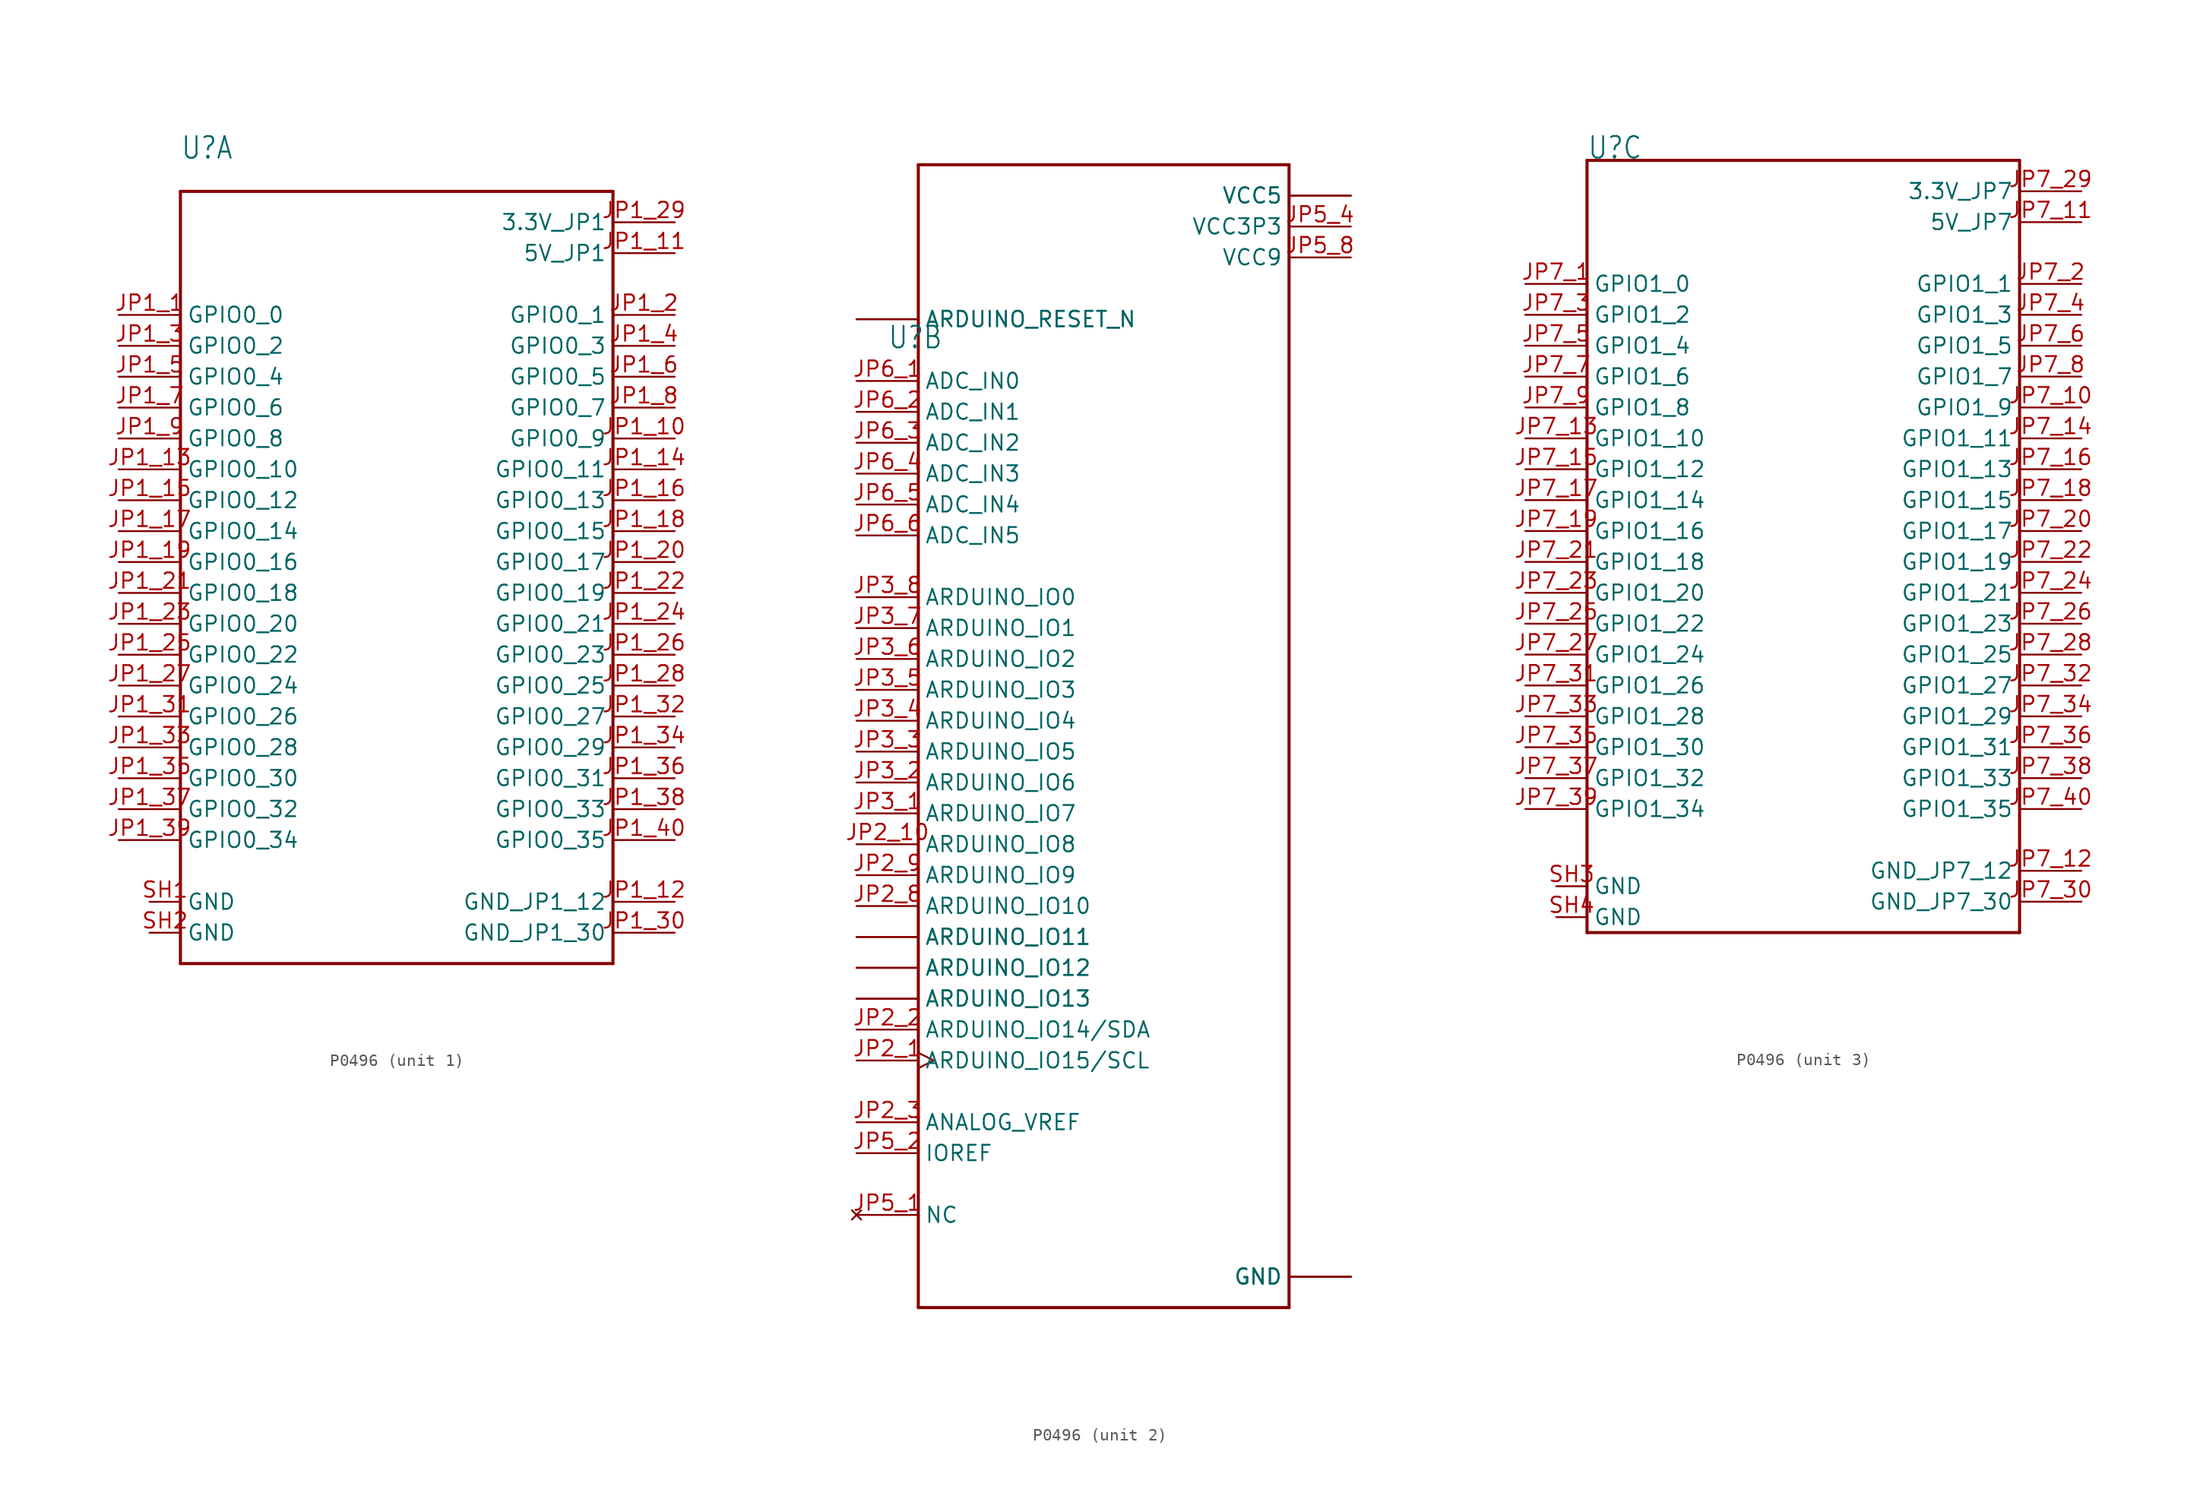
<source format=kicad_sym>
(kicad_symbol_lib
  (version 20231120)
  (generator "kicad_symbol_editor")
  (generator_version "8.0")
  (symbol "P0496"
    (property "Reference" "U"
      (at -17.78 33.02 0)
      (effects (font (size 1.778 1.511)) (justify left bottom)))
    (property "Value" ""
      (at -17.78 -33.02 0)
      (effects (font (size 1.778 1.511)) (justify left bottom)))
    (property "ki_locked" ""
      (at 0 0 0)
      (effects (font (size 1.27 1.27))))
    (symbol "P0496_1_0"
      (polyline (pts (xy -17.78 -33.02) (xy -17.78 30.48)) (stroke (width 0.254) (type solid)) (fill (type none)))
      (polyline (pts (xy -17.78 30.48) (xy 17.78 30.48)) (stroke (width 0.254) (type solid)) (fill (type none)))
      (polyline (pts (xy 17.78 -33.02) (xy -17.78 -33.02)) (stroke (width 0.254) (type solid)) (fill (type none)))
      (polyline (pts (xy 17.78 30.48) (xy 17.78 -33.02)) (stroke (width 0.254) (type solid)) (fill (type none)))
      (pin bidirectional line (at -22.86 20.32 0) (length 5.08) (name "GPIO0_0" (effects (font (size 1.27 1.27)))) (number "JP1_1" (effects (font (size 1.27 1.27)))))
      (pin bidirectional line (at 22.86 10.16 180) (length 5.08) (name "GPIO0_9" (effects (font (size 1.27 1.27)))) (number "JP1_10" (effects (font (size 1.27 1.27)))))
      (pin power_in line (at 22.86 25.4 180) (length 5.08) (name "5V_JP1" (effects (font (size 1.27 1.27)))) (number "JP1_11" (effects (font (size 1.27 1.27)))))
      (pin power_in line (at 22.86 -27.94 180) (length 5.08) (name "GND_JP1_12" (effects (font (size 1.27 1.27)))) (number "JP1_12" (effects (font (size 1.27 1.27)))))
      (pin bidirectional line (at -22.86 7.62 0) (length 5.08) (name "GPIO0_10" (effects (font (size 1.27 1.27)))) (number "JP1_13" (effects (font (size 1.27 1.27)))))
      (pin bidirectional line (at 22.86 7.62 180) (length 5.08) (name "GPIO0_11" (effects (font (size 1.27 1.27)))) (number "JP1_14" (effects (font (size 1.27 1.27)))))
      (pin bidirectional line (at -22.86 5.08 0) (length 5.08) (name "GPIO0_12" (effects (font (size 1.27 1.27)))) (number "JP1_15" (effects (font (size 1.27 1.27)))))
      (pin bidirectional line (at 22.86 5.08 180) (length 5.08) (name "GPIO0_13" (effects (font (size 1.27 1.27)))) (number "JP1_16" (effects (font (size 1.27 1.27)))))
      (pin bidirectional line (at -22.86 2.54 0) (length 5.08) (name "GPIO0_14" (effects (font (size 1.27 1.27)))) (number "JP1_17" (effects (font (size 1.27 1.27)))))
      (pin bidirectional line (at 22.86 2.54 180) (length 5.08) (name "GPIO0_15" (effects (font (size 1.27 1.27)))) (number "JP1_18" (effects (font (size 1.27 1.27)))))
      (pin bidirectional line (at -22.86 0 0) (length 5.08) (name "GPIO0_16" (effects (font (size 1.27 1.27)))) (number "JP1_19" (effects (font (size 1.27 1.27)))))
      (pin bidirectional line (at 22.86 20.32 180) (length 5.08) (name "GPIO0_1" (effects (font (size 1.27 1.27)))) (number "JP1_2" (effects (font (size 1.27 1.27)))))
      (pin bidirectional line (at 22.86 0 180) (length 5.08) (name "GPIO0_17" (effects (font (size 1.27 1.27)))) (number "JP1_20" (effects (font (size 1.27 1.27)))))
      (pin bidirectional line (at -22.86 -2.54 0) (length 5.08) (name "GPIO0_18" (effects (font (size 1.27 1.27)))) (number "JP1_21" (effects (font (size 1.27 1.27)))))
      (pin bidirectional line (at 22.86 -2.54 180) (length 5.08) (name "GPIO0_19" (effects (font (size 1.27 1.27)))) (number "JP1_22" (effects (font (size 1.27 1.27)))))
      (pin bidirectional line (at -22.86 -5.08 0) (length 5.08) (name "GPIO0_20" (effects (font (size 1.27 1.27)))) (number "JP1_23" (effects (font (size 1.27 1.27)))))
      (pin bidirectional line (at 22.86 -5.08 180) (length 5.08) (name "GPIO0_21" (effects (font (size 1.27 1.27)))) (number "JP1_24" (effects (font (size 1.27 1.27)))))
      (pin bidirectional line (at -22.86 -7.62 0) (length 5.08) (name "GPIO0_22" (effects (font (size 1.27 1.27)))) (number "JP1_25" (effects (font (size 1.27 1.27)))))
      (pin bidirectional line (at 22.86 -7.62 180) (length 5.08) (name "GPIO0_23" (effects (font (size 1.27 1.27)))) (number "JP1_26" (effects (font (size 1.27 1.27)))))
      (pin bidirectional line (at -22.86 -10.16 0) (length 5.08) (name "GPIO0_24" (effects (font (size 1.27 1.27)))) (number "JP1_27" (effects (font (size 1.27 1.27)))))
      (pin bidirectional line (at 22.86 -10.16 180) (length 5.08) (name "GPIO0_25" (effects (font (size 1.27 1.27)))) (number "JP1_28" (effects (font (size 1.27 1.27)))))
      (pin power_in line (at 22.86 27.94 180) (length 5.08) (name "3.3V_JP1" (effects (font (size 1.27 1.27)))) (number "JP1_29" (effects (font (size 1.27 1.27)))))
      (pin bidirectional line (at -22.86 17.78 0) (length 5.08) (name "GPIO0_2" (effects (font (size 1.27 1.27)))) (number "JP1_3" (effects (font (size 1.27 1.27)))))
      (pin power_in line (at 22.86 -30.48 180) (length 5.08) (name "GND_JP1_30" (effects (font (size 1.27 1.27)))) (number "JP1_30" (effects (font (size 1.27 1.27)))))
      (pin bidirectional line (at -22.86 -12.7 0) (length 5.08) (name "GPIO0_26" (effects (font (size 1.27 1.27)))) (number "JP1_31" (effects (font (size 1.27 1.27)))))
      (pin bidirectional line (at 22.86 -12.7 180) (length 5.08) (name "GPIO0_27" (effects (font (size 1.27 1.27)))) (number "JP1_32" (effects (font (size 1.27 1.27)))))
      (pin bidirectional line (at -22.86 -15.24 0) (length 5.08) (name "GPIO0_28" (effects (font (size 1.27 1.27)))) (number "JP1_33" (effects (font (size 1.27 1.27)))))
      (pin bidirectional line (at 22.86 -15.24 180) (length 5.08) (name "GPIO0_29" (effects (font (size 1.27 1.27)))) (number "JP1_34" (effects (font (size 1.27 1.27)))))
      (pin bidirectional line (at -22.86 -17.78 0) (length 5.08) (name "GPIO0_30" (effects (font (size 1.27 1.27)))) (number "JP1_35" (effects (font (size 1.27 1.27)))))
      (pin bidirectional line (at 22.86 -17.78 180) (length 5.08) (name "GPIO0_31" (effects (font (size 1.27 1.27)))) (number "JP1_36" (effects (font (size 1.27 1.27)))))
      (pin bidirectional line (at -22.86 -20.32 0) (length 5.08) (name "GPIO0_32" (effects (font (size 1.27 1.27)))) (number "JP1_37" (effects (font (size 1.27 1.27)))))
      (pin bidirectional line (at 22.86 -20.32 180) (length 5.08) (name "GPIO0_33" (effects (font (size 1.27 1.27)))) (number "JP1_38" (effects (font (size 1.27 1.27)))))
      (pin bidirectional line (at -22.86 -22.86 0) (length 5.08) (name "GPIO0_34" (effects (font (size 1.27 1.27)))) (number "JP1_39" (effects (font (size 1.27 1.27)))))
      (pin bidirectional line (at 22.86 17.78 180) (length 5.08) (name "GPIO0_3" (effects (font (size 1.27 1.27)))) (number "JP1_4" (effects (font (size 1.27 1.27)))))
      (pin bidirectional line (at 22.86 -22.86 180) (length 5.08) (name "GPIO0_35" (effects (font (size 1.27 1.27)))) (number "JP1_40" (effects (font (size 1.27 1.27)))))
      (pin bidirectional line (at -22.86 15.24 0) (length 5.08) (name "GPIO0_4" (effects (font (size 1.27 1.27)))) (number "JP1_5" (effects (font (size 1.27 1.27)))))
      (pin bidirectional line (at 22.86 15.24 180) (length 5.08) (name "GPIO0_5" (effects (font (size 1.27 1.27)))) (number "JP1_6" (effects (font (size 1.27 1.27)))))
      (pin bidirectional line (at -22.86 12.7 0) (length 5.08) (name "GPIO0_6" (effects (font (size 1.27 1.27)))) (number "JP1_7" (effects (font (size 1.27 1.27)))))
      (pin bidirectional line (at 22.86 12.7 180) (length 5.08) (name "GPIO0_7" (effects (font (size 1.27 1.27)))) (number "JP1_8" (effects (font (size 1.27 1.27)))))
      (pin bidirectional line (at -22.86 10.16 0) (length 5.08) (name "GPIO0_8" (effects (font (size 1.27 1.27)))) (number "JP1_9" (effects (font (size 1.27 1.27)))))
      (pin power_in line (at -20.32 -27.94 0) (length 2.54) (name "GND" (effects (font (size 1.27 1.27)))) (number "SH1" (effects (font (size 1.27 1.27)))))
      (pin power_in line (at -20.32 -30.48 0) (length 2.54) (name "GND" (effects (font (size 1.27 1.27)))) (number "SH2" (effects (font (size 1.27 1.27))))))
    (symbol "P0496_2_0"
      (polyline (pts (xy -15.24 -45.72) (xy -15.24 48.26)) (stroke (width 0.254) (type solid)) (fill (type none)))
      (polyline (pts (xy -15.24 -45.72) (xy 15.24 -45.72)) (stroke (width 0.254) (type solid)) (fill (type none)))
      (polyline (pts (xy -15.24 48.26) (xy 15.24 48.26)) (stroke (width 0.254) (type solid)) (fill (type none)))
      (polyline (pts (xy 15.24 48.26) (xy 15.24 -45.72)) (stroke (width 0.254) (type solid)) (fill (type none)))
      (pin bidirectional clock (at -20.32 -25.4 0) (length 5.08) (name "ARDUINO_IO15/SCL" (effects (font (size 1.27 1.27)))) (number "JP2_1" (effects (font (size 1.27 1.27)))))
      (pin bidirectional line (at -20.32 -7.62 0) (length 5.08) (name "ARDUINO_IO8" (effects (font (size 1.27 1.27)))) (number "JP2_10" (effects (font (size 1.27 1.27)))))
      (pin bidirectional line (at -20.32 -22.86 0) (length 5.08) (name "ARDUINO_IO14/SDA" (effects (font (size 1.27 1.27)))) (number "JP2_2" (effects (font (size 1.27 1.27)))))
      (pin bidirectional line (at -20.32 -30.48 0) (length 5.08) (name "ANALOG_VREF" (effects (font (size 1.27 1.27)))) (number "JP2_3" (effects (font (size 1.27 1.27)))))
      (pin power_in line (at 20.32 -43.18 180) (length 5.08) (name "GND" (effects (font (size 1.27 1.27)))) (number "JP2_4" (effects (font (size 0 0)))))
      (pin bidirectional line (at -20.32 -20.32 0) (length 5.08) (name "ARDUINO_IO13" (effects (font (size 1.27 1.27)))) (number "JP2_5" (effects (font (size 0 0)))))
      (pin bidirectional line (at -20.32 -17.78 0) (length 5.08) (name "ARDUINO_IO12" (effects (font (size 1.27 1.27)))) (number "JP2_6" (effects (font (size 0 0)))))
      (pin bidirectional line (at -20.32 -15.24 0) (length 5.08) (name "ARDUINO_IO11" (effects (font (size 1.27 1.27)))) (number "JP2_7" (effects (font (size 0 0)))))
      (pin bidirectional line (at -20.32 -12.7 0) (length 5.08) (name "ARDUINO_IO10" (effects (font (size 1.27 1.27)))) (number "JP2_8" (effects (font (size 1.27 1.27)))))
      (pin bidirectional line (at -20.32 -10.16 0) (length 5.08) (name "ARDUINO_IO9" (effects (font (size 1.27 1.27)))) (number "JP2_9" (effects (font (size 1.27 1.27)))))
      (pin bidirectional line (at -20.32 -5.08 0) (length 5.08) (name "ARDUINO_IO7" (effects (font (size 1.27 1.27)))) (number "JP3_1" (effects (font (size 1.27 1.27)))))
      (pin bidirectional line (at -20.32 -2.54 0) (length 5.08) (name "ARDUINO_IO6" (effects (font (size 1.27 1.27)))) (number "JP3_2" (effects (font (size 1.27 1.27)))))
      (pin bidirectional line (at -20.32 0 0) (length 5.08) (name "ARDUINO_IO5" (effects (font (size 1.27 1.27)))) (number "JP3_3" (effects (font (size 1.27 1.27)))))
      (pin bidirectional line (at -20.32 2.54 0) (length 5.08) (name "ARDUINO_IO4" (effects (font (size 1.27 1.27)))) (number "JP3_4" (effects (font (size 1.27 1.27)))))
      (pin bidirectional line (at -20.32 5.08 0) (length 5.08) (name "ARDUINO_IO3" (effects (font (size 1.27 1.27)))) (number "JP3_5" (effects (font (size 1.27 1.27)))))
      (pin bidirectional line (at -20.32 7.62 0) (length 5.08) (name "ARDUINO_IO2" (effects (font (size 1.27 1.27)))) (number "JP3_6" (effects (font (size 1.27 1.27)))))
      (pin bidirectional line (at -20.32 10.16 0) (length 5.08) (name "ARDUINO_IO1" (effects (font (size 1.27 1.27)))) (number "JP3_7" (effects (font (size 1.27 1.27)))))
      (pin bidirectional line (at -20.32 12.7 0) (length 5.08) (name "ARDUINO_IO0" (effects (font (size 1.27 1.27)))) (number "JP3_8" (effects (font (size 1.27 1.27)))))
      (pin bidirectional line (at -20.32 -17.78 0) (length 5.08) (name "ARDUINO_IO12" (effects (font (size 1.27 1.27)))) (number "JP4_1" (effects (font (size 0 0)))))
      (pin power_in line (at 20.32 45.72 180) (length 5.08) (name "VCC5" (effects (font (size 1.27 1.27)))) (number "JP4_2" (effects (font (size 0 0)))))
      (pin bidirectional line (at -20.32 -20.32 0) (length 5.08) (name "ARDUINO_IO13" (effects (font (size 1.27 1.27)))) (number "JP4_3" (effects (font (size 0 0)))))
      (pin bidirectional line (at -20.32 -15.24 0) (length 5.08) (name "ARDUINO_IO11" (effects (font (size 1.27 1.27)))) (number "JP4_4" (effects (font (size 0 0)))))
      (pin input line (at -20.32 35.56 0) (length 5.08) (name "ARDUINO_RESET_N" (effects (font (size 1.27 1.27)))) (number "JP4_5" (effects (font (size 0 0)))))
      (pin power_in line (at 20.32 -43.18 180) (length 5.08) (name "GND" (effects (font (size 1.27 1.27)))) (number "JP4_6" (effects (font (size 0 0)))))
      (pin no_connect line (at -20.32 -38.1 0) (length 5.08) (name "NC" (effects (font (size 1.27 1.27)))) (number "JP5_1" (effects (font (size 1.27 1.27)))))
      (pin bidirectional line (at -20.32 -33.02 0) (length 5.08) (name "IOREF" (effects (font (size 1.27 1.27)))) (number "JP5_2" (effects (font (size 1.27 1.27)))))
      (pin input line (at -20.32 35.56 0) (length 5.08) (name "ARDUINO_RESET_N" (effects (font (size 1.27 1.27)))) (number "JP5_3" (effects (font (size 0 0)))))
      (pin power_in line (at 20.32 43.18 180) (length 5.08) (name "VCC3P3" (effects (font (size 1.27 1.27)))) (number "JP5_4" (effects (font (size 1.27 1.27)))))
      (pin power_in line (at 20.32 45.72 180) (length 5.08) (name "VCC5" (effects (font (size 1.27 1.27)))) (number "JP5_5" (effects (font (size 0 0)))))
      (pin power_in line (at 20.32 -43.18 180) (length 5.08) (name "GND" (effects (font (size 1.27 1.27)))) (number "JP5_6" (effects (font (size 0 0)))))
      (pin power_in line (at 20.32 -43.18 180) (length 5.08) (name "GND" (effects (font (size 1.27 1.27)))) (number "JP5_7" (effects (font (size 0 0)))))
      (pin power_in line (at 20.32 40.64 180) (length 5.08) (name "VCC9" (effects (font (size 1.27 1.27)))) (number "JP5_8" (effects (font (size 1.27 1.27)))))
      (pin input line (at -20.32 30.48 0) (length 5.08) (name "ADC_IN0" (effects (font (size 1.27 1.27)))) (number "JP6_1" (effects (font (size 1.27 1.27)))))
      (pin input line (at -20.32 27.94 0) (length 5.08) (name "ADC_IN1" (effects (font (size 1.27 1.27)))) (number "JP6_2" (effects (font (size 1.27 1.27)))))
      (pin input line (at -20.32 25.4 0) (length 5.08) (name "ADC_IN2" (effects (font (size 1.27 1.27)))) (number "JP6_3" (effects (font (size 1.27 1.27)))))
      (pin input line (at -20.32 22.86 0) (length 5.08) (name "ADC_IN3" (effects (font (size 1.27 1.27)))) (number "JP6_4" (effects (font (size 1.27 1.27)))))
      (pin input line (at -20.32 20.32 0) (length 5.08) (name "ADC_IN4" (effects (font (size 1.27 1.27)))) (number "JP6_5" (effects (font (size 1.27 1.27)))))
      (pin input line (at -20.32 17.78 0) (length 5.08) (name "ADC_IN5" (effects (font (size 1.27 1.27)))) (number "JP6_6" (effects (font (size 1.27 1.27))))))
    (symbol "P0496_3_0"
      (polyline (pts (xy -17.78 -30.48) (xy -17.78 33.02)) (stroke (width 0.254) (type solid)) (fill (type none)))
      (polyline (pts (xy -17.78 33.02) (xy 17.78 33.02)) (stroke (width 0.254) (type solid)) (fill (type none)))
      (polyline (pts (xy 17.78 -30.48) (xy -17.78 -30.48)) (stroke (width 0.254) (type solid)) (fill (type none)))
      (polyline (pts (xy 17.78 33.02) (xy 17.78 -30.48)) (stroke (width 0.254) (type solid)) (fill (type none)))
      (pin bidirectional line (at -22.86 22.86 0) (length 5.08) (name "GPIO1_0" (effects (font (size 1.27 1.27)))) (number "JP7_1" (effects (font (size 1.27 1.27)))))
      (pin bidirectional line (at 22.86 12.7 180) (length 5.08) (name "GPIO1_9" (effects (font (size 1.27 1.27)))) (number "JP7_10" (effects (font (size 1.27 1.27)))))
      (pin power_in line (at 22.86 27.94 180) (length 5.08) (name "5V_JP7" (effects (font (size 1.27 1.27)))) (number "JP7_11" (effects (font (size 1.27 1.27)))))
      (pin power_in line (at 22.86 -25.4 180) (length 5.08) (name "GND_JP7_12" (effects (font (size 1.27 1.27)))) (number "JP7_12" (effects (font (size 1.27 1.27)))))
      (pin bidirectional line (at -22.86 10.16 0) (length 5.08) (name "GPIO1_10" (effects (font (size 1.27 1.27)))) (number "JP7_13" (effects (font (size 1.27 1.27)))))
      (pin bidirectional line (at 22.86 10.16 180) (length 5.08) (name "GPIO1_11" (effects (font (size 1.27 1.27)))) (number "JP7_14" (effects (font (size 1.27 1.27)))))
      (pin bidirectional line (at -22.86 7.62 0) (length 5.08) (name "GPIO1_12" (effects (font (size 1.27 1.27)))) (number "JP7_15" (effects (font (size 1.27 1.27)))))
      (pin bidirectional line (at 22.86 7.62 180) (length 5.08) (name "GPIO1_13" (effects (font (size 1.27 1.27)))) (number "JP7_16" (effects (font (size 1.27 1.27)))))
      (pin bidirectional line (at -22.86 5.08 0) (length 5.08) (name "GPIO1_14" (effects (font (size 1.27 1.27)))) (number "JP7_17" (effects (font (size 1.27 1.27)))))
      (pin bidirectional line (at 22.86 5.08 180) (length 5.08) (name "GPIO1_15" (effects (font (size 1.27 1.27)))) (number "JP7_18" (effects (font (size 1.27 1.27)))))
      (pin bidirectional line (at -22.86 2.54 0) (length 5.08) (name "GPIO1_16" (effects (font (size 1.27 1.27)))) (number "JP7_19" (effects (font (size 1.27 1.27)))))
      (pin bidirectional line (at 22.86 22.86 180) (length 5.08) (name "GPIO1_1" (effects (font (size 1.27 1.27)))) (number "JP7_2" (effects (font (size 1.27 1.27)))))
      (pin bidirectional line (at 22.86 2.54 180) (length 5.08) (name "GPIO1_17" (effects (font (size 1.27 1.27)))) (number "JP7_20" (effects (font (size 1.27 1.27)))))
      (pin bidirectional line (at -22.86 0 0) (length 5.08) (name "GPIO1_18" (effects (font (size 1.27 1.27)))) (number "JP7_21" (effects (font (size 1.27 1.27)))))
      (pin bidirectional line (at 22.86 0 180) (length 5.08) (name "GPIO1_19" (effects (font (size 1.27 1.27)))) (number "JP7_22" (effects (font (size 1.27 1.27)))))
      (pin bidirectional line (at -22.86 -2.54 0) (length 5.08) (name "GPIO1_20" (effects (font (size 1.27 1.27)))) (number "JP7_23" (effects (font (size 1.27 1.27)))))
      (pin bidirectional line (at 22.86 -2.54 180) (length 5.08) (name "GPIO1_21" (effects (font (size 1.27 1.27)))) (number "JP7_24" (effects (font (size 1.27 1.27)))))
      (pin bidirectional line (at -22.86 -5.08 0) (length 5.08) (name "GPIO1_22" (effects (font (size 1.27 1.27)))) (number "JP7_25" (effects (font (size 1.27 1.27)))))
      (pin bidirectional line (at 22.86 -5.08 180) (length 5.08) (name "GPIO1_23" (effects (font (size 1.27 1.27)))) (number "JP7_26" (effects (font (size 1.27 1.27)))))
      (pin bidirectional line (at -22.86 -7.62 0) (length 5.08) (name "GPIO1_24" (effects (font (size 1.27 1.27)))) (number "JP7_27" (effects (font (size 1.27 1.27)))))
      (pin bidirectional line (at 22.86 -7.62 180) (length 5.08) (name "GPIO1_25" (effects (font (size 1.27 1.27)))) (number "JP7_28" (effects (font (size 1.27 1.27)))))
      (pin power_in line (at 22.86 30.48 180) (length 5.08) (name "3.3V_JP7" (effects (font (size 1.27 1.27)))) (number "JP7_29" (effects (font (size 1.27 1.27)))))
      (pin bidirectional line (at -22.86 20.32 0) (length 5.08) (name "GPIO1_2" (effects (font (size 1.27 1.27)))) (number "JP7_3" (effects (font (size 1.27 1.27)))))
      (pin power_in line (at 22.86 -27.94 180) (length 5.08) (name "GND_JP7_30" (effects (font (size 1.27 1.27)))) (number "JP7_30" (effects (font (size 1.27 1.27)))))
      (pin bidirectional line (at -22.86 -10.16 0) (length 5.08) (name "GPIO1_26" (effects (font (size 1.27 1.27)))) (number "JP7_31" (effects (font (size 1.27 1.27)))))
      (pin bidirectional line (at 22.86 -10.16 180) (length 5.08) (name "GPIO1_27" (effects (font (size 1.27 1.27)))) (number "JP7_32" (effects (font (size 1.27 1.27)))))
      (pin bidirectional line (at -22.86 -12.7 0) (length 5.08) (name "GPIO1_28" (effects (font (size 1.27 1.27)))) (number "JP7_33" (effects (font (size 1.27 1.27)))))
      (pin bidirectional line (at 22.86 -12.7 180) (length 5.08) (name "GPIO1_29" (effects (font (size 1.27 1.27)))) (number "JP7_34" (effects (font (size 1.27 1.27)))))
      (pin bidirectional line (at -22.86 -15.24 0) (length 5.08) (name "GPIO1_30" (effects (font (size 1.27 1.27)))) (number "JP7_35" (effects (font (size 1.27 1.27)))))
      (pin bidirectional line (at 22.86 -15.24 180) (length 5.08) (name "GPIO1_31" (effects (font (size 1.27 1.27)))) (number "JP7_36" (effects (font (size 1.27 1.27)))))
      (pin bidirectional line (at -22.86 -17.78 0) (length 5.08) (name "GPIO1_32" (effects (font (size 1.27 1.27)))) (number "JP7_37" (effects (font (size 1.27 1.27)))))
      (pin bidirectional line (at 22.86 -17.78 180) (length 5.08) (name "GPIO1_33" (effects (font (size 1.27 1.27)))) (number "JP7_38" (effects (font (size 1.27 1.27)))))
      (pin bidirectional line (at -22.86 -20.32 0) (length 5.08) (name "GPIO1_34" (effects (font (size 1.27 1.27)))) (number "JP7_39" (effects (font (size 1.27 1.27)))))
      (pin bidirectional line (at 22.86 20.32 180) (length 5.08) (name "GPIO1_3" (effects (font (size 1.27 1.27)))) (number "JP7_4" (effects (font (size 1.27 1.27)))))
      (pin bidirectional line (at 22.86 -20.32 180) (length 5.08) (name "GPIO1_35" (effects (font (size 1.27 1.27)))) (number "JP7_40" (effects (font (size 1.27 1.27)))))
      (pin bidirectional line (at -22.86 17.78 0) (length 5.08) (name "GPIO1_4" (effects (font (size 1.27 1.27)))) (number "JP7_5" (effects (font (size 1.27 1.27)))))
      (pin bidirectional line (at 22.86 17.78 180) (length 5.08) (name "GPIO1_5" (effects (font (size 1.27 1.27)))) (number "JP7_6" (effects (font (size 1.27 1.27)))))
      (pin bidirectional line (at -22.86 15.24 0) (length 5.08) (name "GPIO1_6" (effects (font (size 1.27 1.27)))) (number "JP7_7" (effects (font (size 1.27 1.27)))))
      (pin bidirectional line (at 22.86 15.24 180) (length 5.08) (name "GPIO1_7" (effects (font (size 1.27 1.27)))) (number "JP7_8" (effects (font (size 1.27 1.27)))))
      (pin bidirectional line (at -22.86 12.7 0) (length 5.08) (name "GPIO1_8" (effects (font (size 1.27 1.27)))) (number "JP7_9" (effects (font (size 1.27 1.27)))))
      (pin power_in line (at -20.32 -26.67 0) (length 2.54) (name "GND" (effects (font (size 1.27 1.27)))) (number "SH3" (effects (font (size 1.27 1.27)))))
      (pin power_in line (at -20.32 -29.21 0) (length 2.54) (name "GND" (effects (font (size 1.27 1.27)))) (number "SH4" (effects (font (size 1.27 1.27))))))))
</source>
